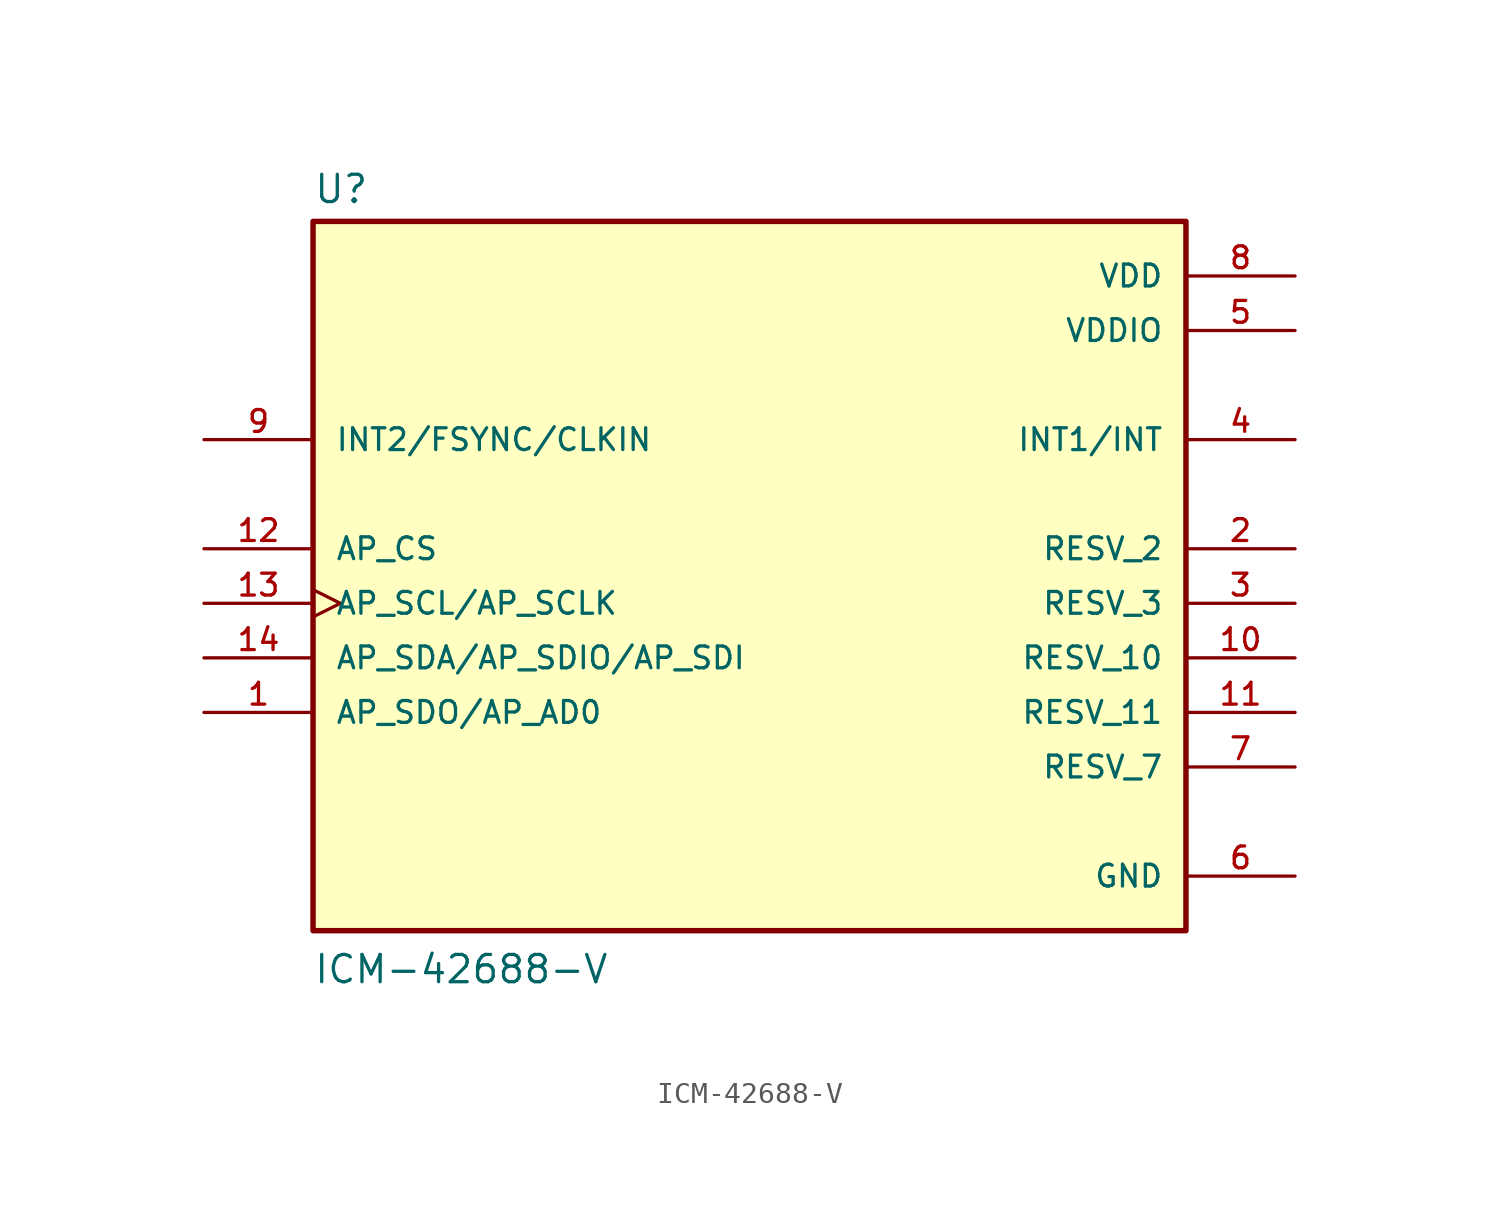
<source format=kicad_sym>
(kicad_symbol_lib
  (version 20211014)
  (generator kicad_symbol_editor)
  (symbol "ICM-42688-V"
    (pin_names
      (offset 1.016))
    (property "Reference" "U"
      (at -20.32 16.002 0)
      (effects (font (size 1.27 1.27)) (justify bottom left)))
    (property "Value" "ICM-42688-V"
      (at -20.32 -20.32 0)
      (effects (font (size 1.27 1.27)) (justify bottom left)))
    (symbol "ICM-42688-V_0_0"
      (rectangle (start -20.32 -17.78) (end 20.32 15.24) (stroke (width 0.254)) (fill (type background)))
      (pin bidirectional line (at -25.4 -7.62 0) (length 5.08) (name "AP_SDO/AP_AD0" (effects (font (size 1.016 1.016)))) (number "1" (effects (font (size 1.016 1.016)))))
      (pin output line (at 25.4 5.08 180.0) (length 5.08) (name "INT1/INT" (effects (font (size 1.016 1.016)))) (number "4" (effects (font (size 1.016 1.016)))))
      (pin power_in line (at 25.4 10.16 180.0) (length 5.08) (name "VDDIO" (effects (font (size 1.016 1.016)))) (number "5" (effects (font (size 1.016 1.016)))))
      (pin power_in line (at 25.4 -15.24 180.0) (length 5.08) (name "GND" (effects (font (size 1.016 1.016)))) (number "6" (effects (font (size 1.016 1.016)))))
      (pin power_in line (at 25.4 12.7 180.0) (length 5.08) (name "VDD" (effects (font (size 1.016 1.016)))) (number "8" (effects (font (size 1.016 1.016)))))
      (pin bidirectional line (at -25.4 5.08 0) (length 5.08) (name "INT2/FSYNC/CLKIN" (effects (font (size 1.016 1.016)))) (number "9" (effects (font (size 1.016 1.016)))))
      (pin input line (at -25.4 0.0 0) (length 5.08) (name "AP_CS" (effects (font (size 1.016 1.016)))) (number "12" (effects (font (size 1.016 1.016)))))
      (pin input clock (at -25.4 -2.54 0) (length 5.08) (name "AP_SCL/AP_SCLK" (effects (font (size 1.016 1.016)))) (number "13" (effects (font (size 1.016 1.016)))))
      (pin bidirectional line (at -25.4 -5.08 0) (length 5.08) (name "AP_SDA/AP_SDIO/AP_SDI" (effects (font (size 1.016 1.016)))) (number "14" (effects (font (size 1.016 1.016)))))
      (pin passive line (at 25.4 -10.16 180.0) (length 5.08) (name "RESV_7" (effects (font (size 1.016 1.016)))) (number "7" (effects (font (size 1.016 1.016)))))
      (pin passive line (at 25.4 0.0 180.0) (length 5.08) (name "RESV_2" (effects (font (size 1.016 1.016)))) (number "2" (effects (font (size 1.016 1.016)))))
      (pin passive line (at 25.4 -2.54 180.0) (length 5.08) (name "RESV_3" (effects (font (size 1.016 1.016)))) (number "3" (effects (font (size 1.016 1.016)))))
      (pin passive line (at 25.4 -5.08 180.0) (length 5.08) (name "RESV_10" (effects (font (size 1.016 1.016)))) (number "10" (effects (font (size 1.016 1.016)))))
      (pin passive line (at 25.4 -7.62 180.0) (length 5.08) (name "RESV_11" (effects (font (size 1.016 1.016)))) (number "11" (effects (font (size 1.016 1.016))))))))
</source>
